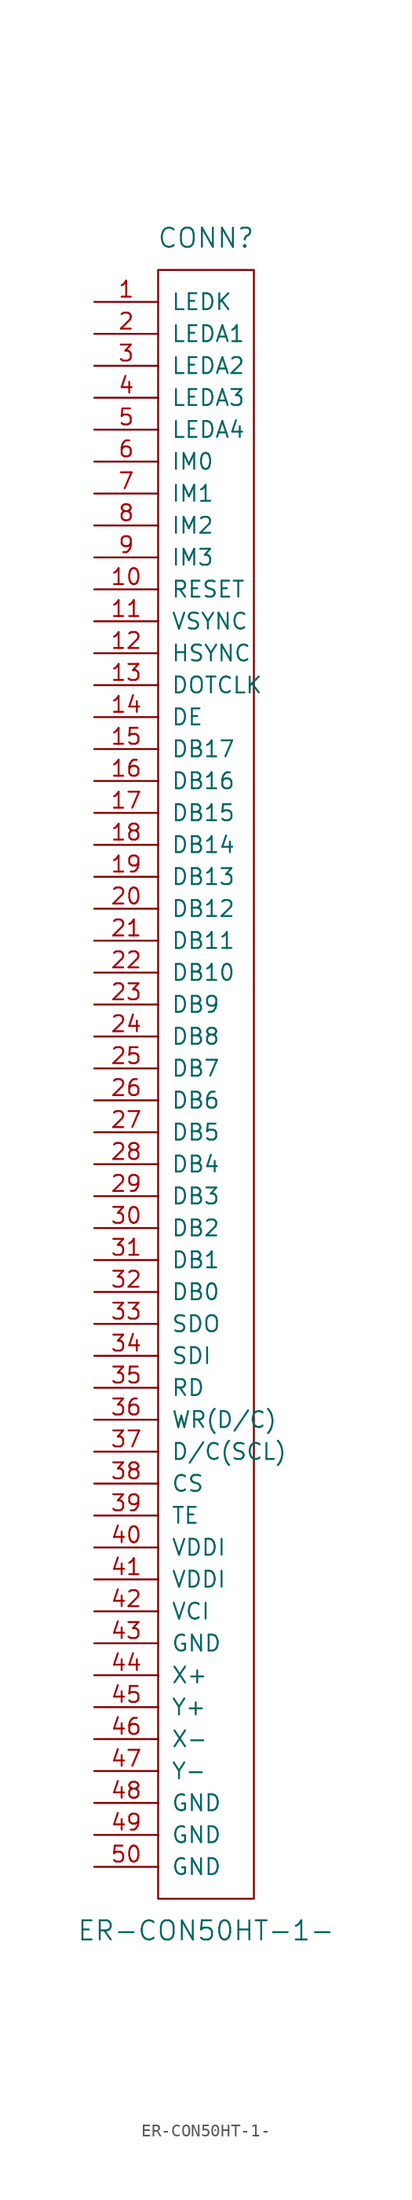
<source format=kicad_sym>
(kicad_symbol_lib
  (version 20220914)
  (generator kicad_symbol_editor)
  (symbol "ER-CON50HT-1-"
    (pin_names
      (offset 1.016))
    (property "Reference" "CONN"
      (at 0 49.53 0)
      (effects (font (size 1.524 1.524))))
    (property "Value" "ER-CON50HT-1-"
      (at 0 -85.09 0)
      (effects (font (size 1.524 1.524))))
    (symbol "ER-CON50HT-1-_0_1"
      (rectangle (start -3.81 46.99) (end 3.81 -82.55) (stroke (width 0) (type solid)) (fill (type none))))
    (symbol "ER-CON50HT-1-_1_1"
      (pin power_in line (at -8.89 44.45 0) (length 5.08) (name "LEDK" (effects (font (size 1.27 1.27)))) (number "1" (effects (font (size 1.27 1.27)))))
      (pin input line (at -8.89 21.59 0) (length 5.08) (name "RESET" (effects (font (size 1.27 1.27)))) (number "10" (effects (font (size 1.27 1.27)))))
      (pin input line (at -8.89 19.05 0) (length 5.08) (name "VSYNC" (effects (font (size 1.27 1.27)))) (number "11" (effects (font (size 1.27 1.27)))))
      (pin input line (at -8.89 16.51 0) (length 5.08) (name "HSYNC" (effects (font (size 1.27 1.27)))) (number "12" (effects (font (size 1.27 1.27)))))
      (pin input line (at -8.89 13.97 0) (length 5.08) (name "DOTCLK" (effects (font (size 1.27 1.27)))) (number "13" (effects (font (size 1.27 1.27)))))
      (pin input line (at -8.89 11.43 0) (length 5.08) (name "DE" (effects (font (size 1.27 1.27)))) (number "14" (effects (font (size 1.27 1.27)))))
      (pin input line (at -8.89 8.89 0) (length 5.08) (name "DB17" (effects (font (size 1.27 1.27)))) (number "15" (effects (font (size 1.27 1.27)))))
      (pin input line (at -8.89 6.35 0) (length 5.08) (name "DB16" (effects (font (size 1.27 1.27)))) (number "16" (effects (font (size 1.27 1.27)))))
      (pin input line (at -8.89 3.81 0) (length 5.08) (name "DB15" (effects (font (size 1.27 1.27)))) (number "17" (effects (font (size 1.27 1.27)))))
      (pin input line (at -8.89 1.27 0) (length 5.08) (name "DB14" (effects (font (size 1.27 1.27)))) (number "18" (effects (font (size 1.27 1.27)))))
      (pin input line (at -8.89 -1.27 0) (length 5.08) (name "DB13" (effects (font (size 1.27 1.27)))) (number "19" (effects (font (size 1.27 1.27)))))
      (pin input line (at -8.89 41.91 0) (length 5.08) (name "LEDA1" (effects (font (size 1.27 1.27)))) (number "2" (effects (font (size 1.27 1.27)))))
      (pin input line (at -8.89 -3.81 0) (length 5.08) (name "DB12" (effects (font (size 1.27 1.27)))) (number "20" (effects (font (size 1.27 1.27)))))
      (pin input line (at -8.89 -6.35 0) (length 5.08) (name "DB11" (effects (font (size 1.27 1.27)))) (number "21" (effects (font (size 1.27 1.27)))))
      (pin input line (at -8.89 -8.89 0) (length 5.08) (name "DB10" (effects (font (size 1.27 1.27)))) (number "22" (effects (font (size 1.27 1.27)))))
      (pin input line (at -8.89 -11.43 0) (length 5.08) (name "DB9" (effects (font (size 1.27 1.27)))) (number "23" (effects (font (size 1.27 1.27)))))
      (pin input line (at -8.89 -13.97 0) (length 5.08) (name "DB8" (effects (font (size 1.27 1.27)))) (number "24" (effects (font (size 1.27 1.27)))))
      (pin input line (at -8.89 -16.51 0) (length 5.08) (name "DB7" (effects (font (size 1.27 1.27)))) (number "25" (effects (font (size 1.27 1.27)))))
      (pin input line (at -8.89 -19.05 0) (length 5.08) (name "DB6" (effects (font (size 1.27 1.27)))) (number "26" (effects (font (size 1.27 1.27)))))
      (pin input line (at -8.89 -21.59 0) (length 5.08) (name "DB5" (effects (font (size 1.27 1.27)))) (number "27" (effects (font (size 1.27 1.27)))))
      (pin input line (at -8.89 -24.13 0) (length 5.08) (name "DB4" (effects (font (size 1.27 1.27)))) (number "28" (effects (font (size 1.27 1.27)))))
      (pin input line (at -8.89 -26.67 0) (length 5.08) (name "DB3" (effects (font (size 1.27 1.27)))) (number "29" (effects (font (size 1.27 1.27)))))
      (pin input line (at -8.89 39.37 0) (length 5.08) (name "LEDA2" (effects (font (size 1.27 1.27)))) (number "3" (effects (font (size 1.27 1.27)))))
      (pin input line (at -8.89 -29.21 0) (length 5.08) (name "DB2" (effects (font (size 1.27 1.27)))) (number "30" (effects (font (size 1.27 1.27)))))
      (pin input line (at -8.89 -31.75 0) (length 5.08) (name "DB1" (effects (font (size 1.27 1.27)))) (number "31" (effects (font (size 1.27 1.27)))))
      (pin input line (at -8.89 -34.29 0) (length 5.08) (name "DB0" (effects (font (size 1.27 1.27)))) (number "32" (effects (font (size 1.27 1.27)))))
      (pin input line (at -8.89 -36.83 0) (length 5.08) (name "SDO" (effects (font (size 1.27 1.27)))) (number "33" (effects (font (size 1.27 1.27)))))
      (pin input line (at -8.89 -39.37 0) (length 5.08) (name "SDI" (effects (font (size 1.27 1.27)))) (number "34" (effects (font (size 1.27 1.27)))))
      (pin input line (at -8.89 -41.91 0) (length 5.08) (name "RD" (effects (font (size 1.27 1.27)))) (number "35" (effects (font (size 1.27 1.27)))))
      (pin input line (at -8.89 -44.45 0) (length 5.08) (name "WR(D/C)" (effects (font (size 1.27 1.27)))) (number "36" (effects (font (size 1.27 1.27)))))
      (pin input line (at -8.89 -46.99 0) (length 5.08) (name "D/C(SCL)" (effects (font (size 1.27 1.27)))) (number "37" (effects (font (size 1.27 1.27)))))
      (pin input line (at -8.89 -49.53 0) (length 5.08) (name "CS" (effects (font (size 1.27 1.27)))) (number "38" (effects (font (size 1.27 1.27)))))
      (pin input line (at -8.89 -52.07 0) (length 5.08) (name "TE" (effects (font (size 1.27 1.27)))) (number "39" (effects (font (size 1.27 1.27)))))
      (pin input line (at -8.89 36.83 0) (length 5.08) (name "LEDA3" (effects (font (size 1.27 1.27)))) (number "4" (effects (font (size 1.27 1.27)))))
      (pin input line (at -8.89 -54.61 0) (length 5.08) (name "VDDI" (effects (font (size 1.27 1.27)))) (number "40" (effects (font (size 1.27 1.27)))))
      (pin input line (at -8.89 -57.15 0) (length 5.08) (name "VDDI" (effects (font (size 1.27 1.27)))) (number "41" (effects (font (size 1.27 1.27)))))
      (pin input line (at -8.89 -59.69 0) (length 5.08) (name "VCI" (effects (font (size 1.27 1.27)))) (number "42" (effects (font (size 1.27 1.27)))))
      (pin input line (at -8.89 -62.23 0) (length 5.08) (name "GND" (effects (font (size 1.27 1.27)))) (number "43" (effects (font (size 1.27 1.27)))))
      (pin input line (at -8.89 -64.77 0) (length 5.08) (name "X+" (effects (font (size 1.27 1.27)))) (number "44" (effects (font (size 1.27 1.27)))))
      (pin input line (at -8.89 -67.31 0) (length 5.08) (name "Y+" (effects (font (size 1.27 1.27)))) (number "45" (effects (font (size 1.27 1.27)))))
      (pin input line (at -8.89 -69.85 0) (length 5.08) (name "X-" (effects (font (size 1.27 1.27)))) (number "46" (effects (font (size 1.27 1.27)))))
      (pin input line (at -8.89 -72.39 0) (length 5.08) (name "Y-" (effects (font (size 1.27 1.27)))) (number "47" (effects (font (size 1.27 1.27)))))
      (pin input line (at -8.89 -74.93 0) (length 5.08) (name "GND" (effects (font (size 1.27 1.27)))) (number "48" (effects (font (size 1.27 1.27)))))
      (pin input line (at -8.89 -77.47 0) (length 5.08) (name "GND" (effects (font (size 1.27 1.27)))) (number "49" (effects (font (size 1.27 1.27)))))
      (pin input line (at -8.89 34.29 0) (length 5.08) (name "LEDA4" (effects (font (size 1.27 1.27)))) (number "5" (effects (font (size 1.27 1.27)))))
      (pin input line (at -8.89 -80.01 0) (length 5.08) (name "GND" (effects (font (size 1.27 1.27)))) (number "50" (effects (font (size 1.27 1.27)))))
      (pin input line (at -8.89 31.75 0) (length 5.08) (name "IM0" (effects (font (size 1.27 1.27)))) (number "6" (effects (font (size 1.27 1.27)))))
      (pin input line (at -8.89 29.21 0) (length 5.08) (name "IM1" (effects (font (size 1.27 1.27)))) (number "7" (effects (font (size 1.27 1.27)))))
      (pin input line (at -8.89 26.67 0) (length 5.08) (name "IM2" (effects (font (size 1.27 1.27)))) (number "8" (effects (font (size 1.27 1.27)))))
      (pin input line (at -8.89 24.13 0) (length 5.08) (name "IM3" (effects (font (size 1.27 1.27)))) (number "9" (effects (font (size 1.27 1.27))))))))
</source>
